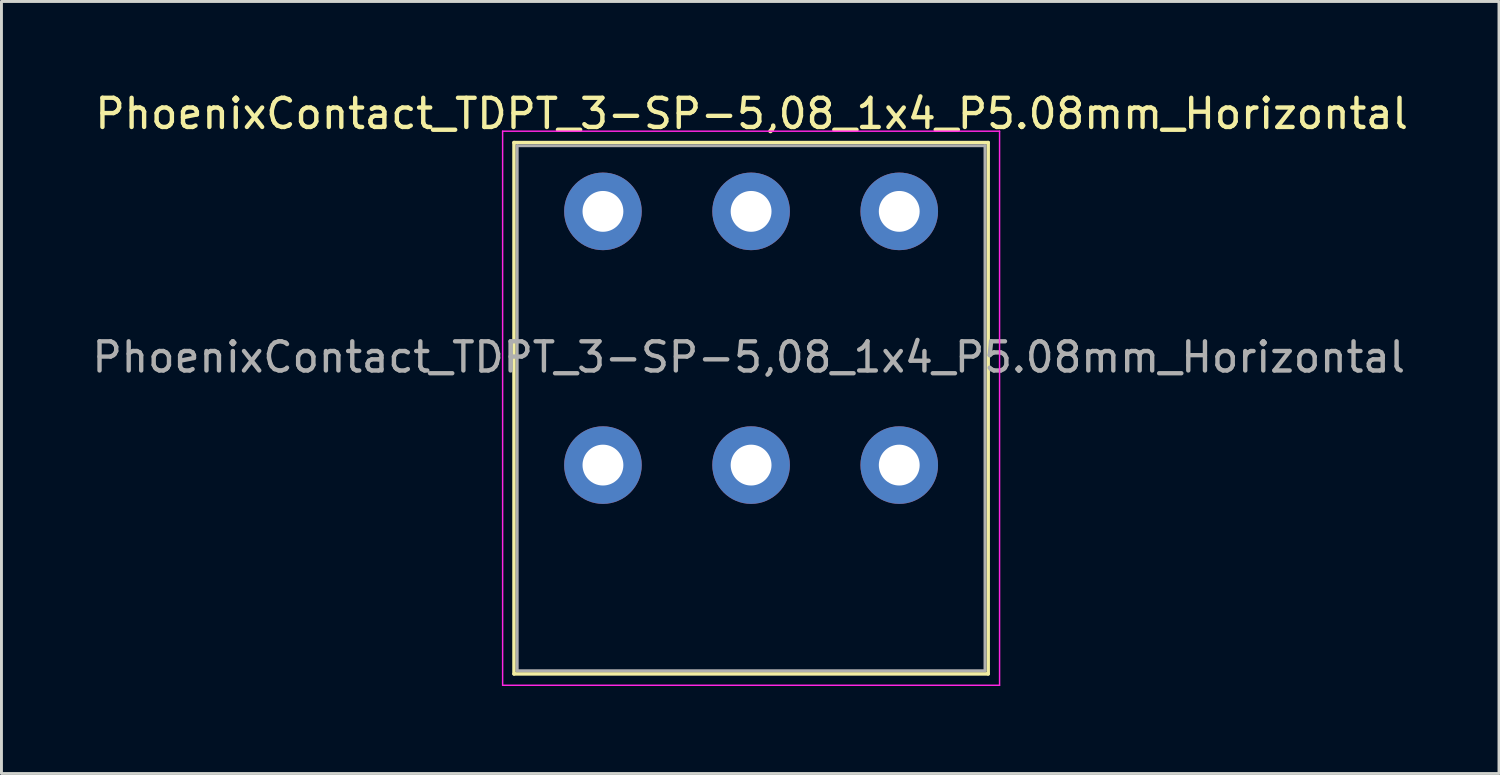
<source format=kicad_pcb>
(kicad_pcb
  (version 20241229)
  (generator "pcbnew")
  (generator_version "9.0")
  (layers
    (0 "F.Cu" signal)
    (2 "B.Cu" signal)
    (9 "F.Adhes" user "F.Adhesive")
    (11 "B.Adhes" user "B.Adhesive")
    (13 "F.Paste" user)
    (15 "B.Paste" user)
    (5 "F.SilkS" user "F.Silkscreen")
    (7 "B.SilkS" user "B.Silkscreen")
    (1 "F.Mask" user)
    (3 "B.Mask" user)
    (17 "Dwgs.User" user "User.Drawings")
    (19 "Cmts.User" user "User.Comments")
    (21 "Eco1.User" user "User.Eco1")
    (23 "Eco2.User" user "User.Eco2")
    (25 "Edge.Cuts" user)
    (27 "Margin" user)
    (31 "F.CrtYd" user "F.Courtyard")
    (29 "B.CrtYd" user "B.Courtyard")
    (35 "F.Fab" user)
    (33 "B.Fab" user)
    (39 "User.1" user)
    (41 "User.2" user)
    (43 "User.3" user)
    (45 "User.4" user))
  (footprint "PhoenixContact_TDPT_3-SP-5,08_1x4_P5.08mm_Horizontal"
    (layer "F.Cu")
    (at 17.625 4.198)
    (property "Reference" "PhoenixContact_TDPT_3-SP-5,08_1x4_P5.08mm_Horizontal" (at 5.1 -3.35 0) (layer "F.SilkS") (effects (font (size 1 1) (thickness 0.15))))
    (attr through_hole)
    (fp_line (start -3.05 -2.36) (end -3.05 15.86) (stroke (width 0.12) (type solid)) (layer "F.SilkS"))
    (fp_line (start -3.05 -2.36) (end 13.21 -2.36) (stroke (width 0.12) (type solid)) (layer "F.SilkS"))
    (fp_line (start 13.21 -2.36) (end 13.21 15.86) (stroke (width 0.12) (type solid)) (layer "F.SilkS"))
    (fp_line (start 13.21 15.86) (end -3.05 15.86) (stroke (width 0.12) (type solid)) (layer "F.SilkS"))
    (fp_line (start -3.44 -2.75) (end 13.6 -2.75) (stroke (width 0.05) (type solid)) (layer "F.CrtYd"))
    (fp_line (start -3.44 16.25) (end -3.44 -2.75) (stroke (width 0.05) (type solid)) (layer "F.CrtYd"))
    (fp_line (start 13.6 16.25) (end -3.44 16.25) (stroke (width 0.05) (type solid)) (layer "F.CrtYd"))
    (fp_line (start 13.6 16.25) (end 13.6 -2.75) (stroke (width 0.05) (type solid)) (layer "F.CrtYd"))
    (fp_line (start -2.94 -2.25) (end -2.94 15.75) (stroke (width 0.1) (type solid)) (layer "F.Fab"))
    (fp_line (start -2.94 -2.25) (end 13.1 -2.25) (stroke (width 0.1) (type solid)) (layer "F.Fab"))
    (fp_line (start 13.1 15.75) (end -2.94 15.75) (stroke (width 0.1) (type solid)) (layer "F.Fab"))
    (fp_line (start 13.1 15.75) (end 13.1 -2.25) (stroke (width 0.1) (type solid)) (layer "F.Fab"))
    (fp_text user "${REFERENCE}" (at 5 5 0) (layer "F.Fab") (effects (font (size 1 1) (thickness 0.15))))
    (pad "1" thru_hole circle (at 0 0) (size 2.66 2.66) (drill 1.4) (layers "*.Cu" "*.Mask"))
    (pad "1" thru_hole circle (at 0 8.7) (size 2.66 2.66) (drill 1.4) (layers "*.Cu" "*.Mask"))
    (pad "2" thru_hole circle (at 5.08 0) (size 2.66 2.66) (drill 1.4) (layers "*.Cu" "*.Mask"))
    (pad "2" thru_hole circle (at 5.08 8.7) (size 2.66 2.66) (drill 1.4) (layers "*.Cu" "*.Mask"))
    (pad "3" thru_hole circle (at 10.16 0) (size 2.66 2.66) (drill 1.4) (layers "*.Cu" "*.Mask"))
    (pad "3" thru_hole circle (at 10.16 8.7) (size 2.66 2.66) (drill 1.4) (layers "*.Cu" "*.Mask")))
  (gr_rect
    (start -3 -3)
    (end 48.35 23.473)
    (stroke (width 0.1) (type default))
    (fill no)
    (layer "Edge.Cuts")))
</source>
